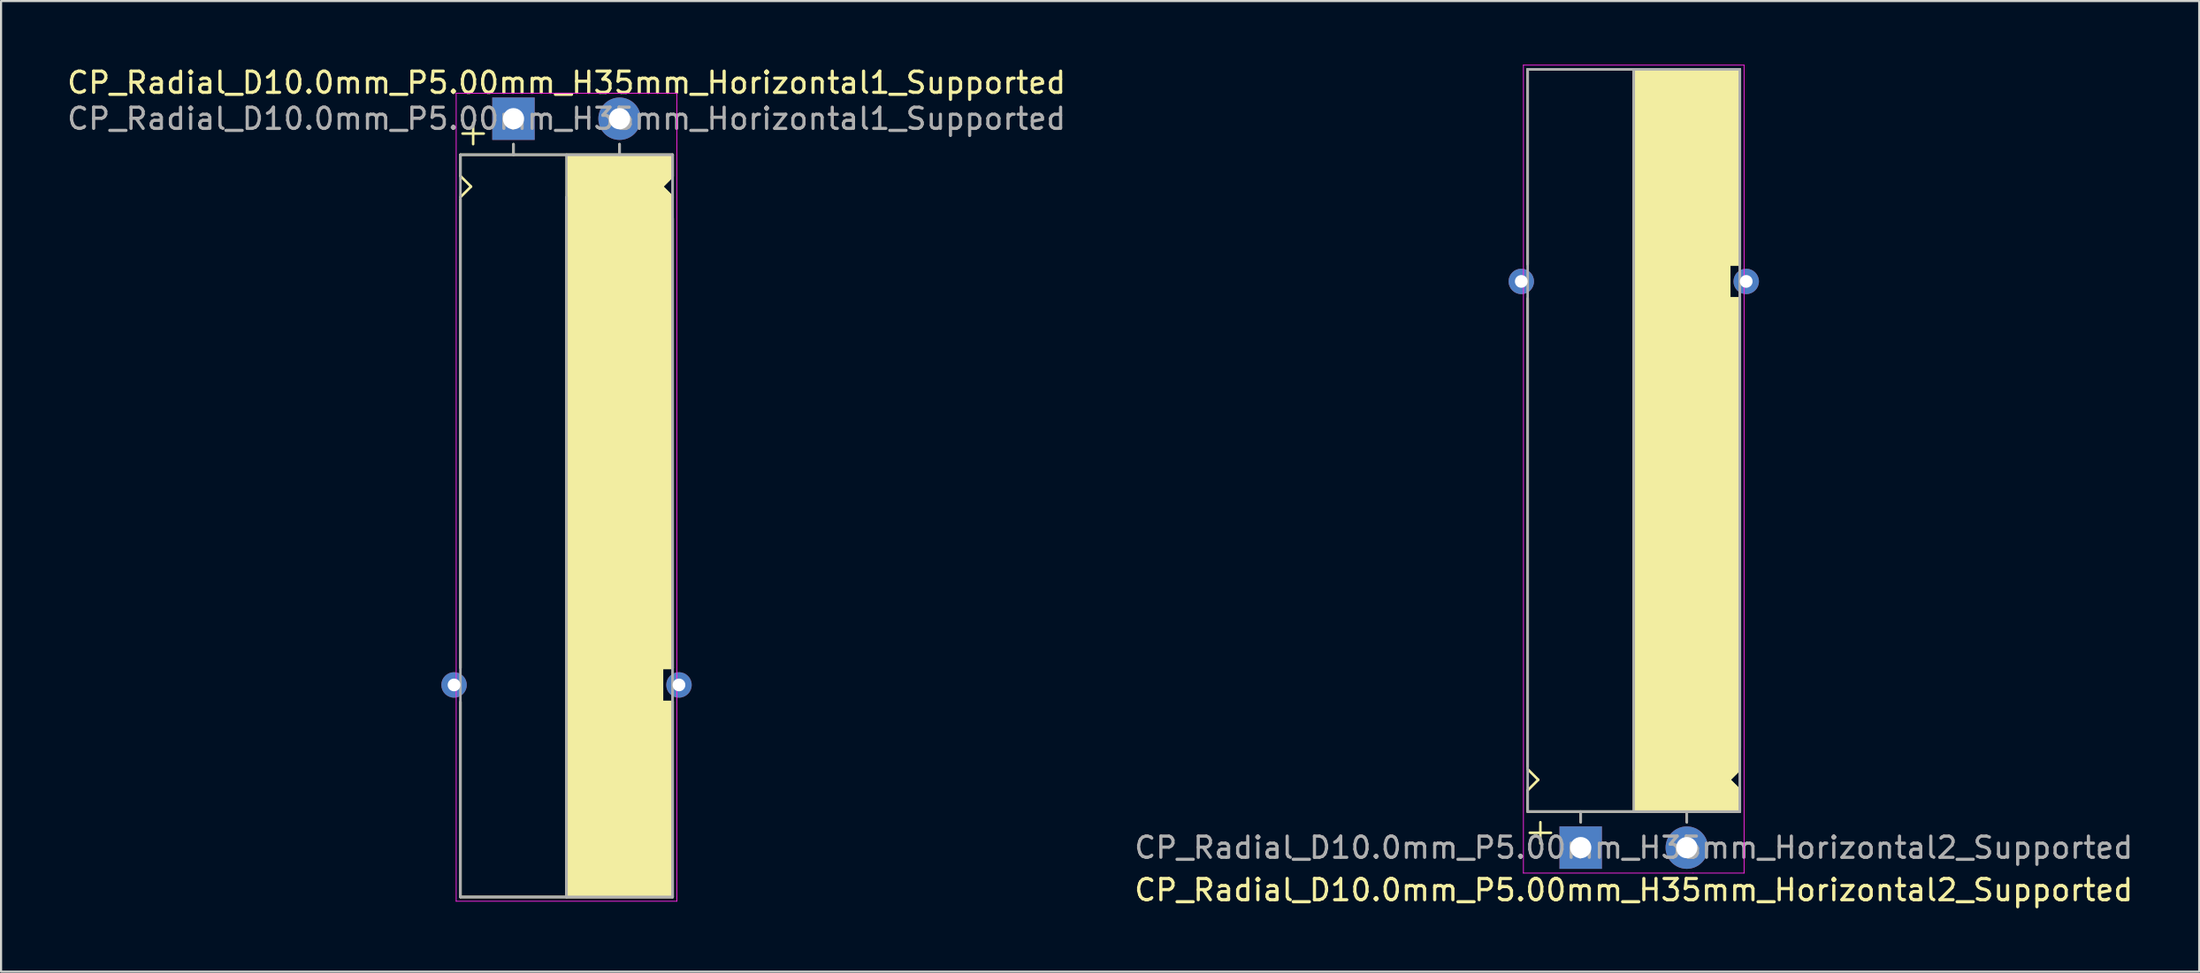
<source format=kicad_pcb>
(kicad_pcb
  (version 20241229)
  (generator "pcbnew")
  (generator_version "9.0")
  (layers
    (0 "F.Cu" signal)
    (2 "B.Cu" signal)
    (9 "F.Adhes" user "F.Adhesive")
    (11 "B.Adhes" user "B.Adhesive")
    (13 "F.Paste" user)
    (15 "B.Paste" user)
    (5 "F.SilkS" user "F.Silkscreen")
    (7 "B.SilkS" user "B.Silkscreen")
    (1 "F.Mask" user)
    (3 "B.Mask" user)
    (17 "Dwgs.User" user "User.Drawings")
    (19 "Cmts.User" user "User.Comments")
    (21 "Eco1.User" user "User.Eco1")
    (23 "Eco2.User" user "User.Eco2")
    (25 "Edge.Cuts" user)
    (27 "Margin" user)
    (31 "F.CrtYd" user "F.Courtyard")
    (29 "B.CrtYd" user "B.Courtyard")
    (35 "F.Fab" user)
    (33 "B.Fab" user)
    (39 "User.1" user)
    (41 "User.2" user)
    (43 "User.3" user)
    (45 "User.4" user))
  (footprint "CP_Radial_D10.0mm_P5.00mm_H35mm_Horizontal2_Supported"
    (layer "F.Cu")
    (at 71.446 36.92)
    (property "Reference" "CP_Radial_D10.0mm_P5.00mm_H35mm_Horizontal2_Supported" (at 2.5 2 0) (layer "F.SilkS") (effects (font (size 1 1) (thickness 0.15))))
    (attr through_hole)
    (fp_line (start -2.5 -36.7) (end 7.5 -36.7) (stroke (width 0.12) (type solid)) (layer "F.SilkS"))
    (fp_line (start -2.5 -27.5) (end -2.5 -36.7) (stroke (width 0.12) (type solid)) (layer "F.SilkS"))
    (fp_line (start -2.5 -3.8) (end -2.5 -25.9) (stroke (width 0.12) (type solid)) (layer "F.SilkS"))
    (fp_line (start -2.5 -2.7) (end -2 -3.2) (stroke (width 0.12) (type solid)) (layer "F.SilkS"))
    (fp_line (start -2.5 -1.7) (end -2.5 -2.7) (stroke (width 0.12) (type solid)) (layer "F.SilkS"))
    (fp_line (start -2 -3.2) (end -2.5 -3.7) (stroke (width 0.12) (type solid)) (layer "F.SilkS"))
    (fp_line (start -1.9 -1.2) (end -1.9 -0.2) (stroke (width 0.12) (type solid)) (layer "F.SilkS"))
    (fp_line (start -1.4 -0.7) (end -2.4 -0.7) (stroke (width 0.12) (type solid)) (layer "F.SilkS"))
    (fp_line (start 0 -1.7) (end 0 -1.2) (stroke (width 0.12) (type solid)) (layer "F.SilkS"))
    (fp_line (start 2.5 -36.7) (end 2.5 -3.7) (stroke (width 0.12) (type solid)) (layer "F.SilkS"))
    (fp_line (start 2.5 -1.7) (end -2.5 -1.7) (stroke (width 0.12) (type solid)) (layer "F.SilkS"))
    (fp_line (start 5 -1.7) (end 5 -1.2) (stroke (width 0.12) (type solid)) (layer "F.SilkS"))
    (fp_line (start 7 -27.5) (end 7 -26.9) (stroke (width 0.12) (type solid)) (layer "F.SilkS"))
    (fp_line (start 7 -26.9) (end 7 -25.9) (stroke (width 0.12) (type solid)) (layer "F.SilkS"))
    (fp_line (start 7 -25.9) (end 7.5 -25.9) (stroke (width 0.12) (type solid)) (layer "F.SilkS"))
    (fp_line (start 7 -3.2) (end 7.5 -3.7) (stroke (width 0.12) (type solid)) (layer "F.SilkS"))
    (fp_line (start 7.5 -27.5) (end 7 -27.5) (stroke (width 0.12) (type solid)) (layer "F.SilkS"))
    (fp_line (start 7.5 -27.5) (end 7.5 -36.7) (stroke (width 0.12) (type solid)) (layer "F.SilkS"))
    (fp_line (start 7.5 -4.7) (end 7.5 -25.9) (stroke (width 0.12) (type solid)) (layer "F.SilkS"))
    (fp_line (start 7.5 -2.7) (end 7 -3.2) (stroke (width 0.12) (type solid)) (layer "F.SilkS"))
    (fp_line (start 7.5 -1.7) (end 2.5 -1.7) (stroke (width 0.12) (type solid)) (layer "F.SilkS"))
    (fp_line (start 7.5 -1.7) (end 7.5 -2.7) (stroke (width 0.12) (type solid)) (layer "F.SilkS"))
    (fp_poly (pts (xy 7.5 -2.7) (xy 7 -3.2) (xy 7.5 -3.7) (xy 7.5 -25.9) (xy 7 -25.9) (xy 7 -27.5) (xy 7.5 -27.5) (xy 7.5 -36.7) (xy 2.5 -36.7) (xy 2.5 -1.7) (xy 7.5 -1.7)) (stroke (width 0.1) (type solid)) (fill yes) (layer "F.SilkS"))
    (fp_line (start -2.7 -36.9) (end -2.7 1.2) (stroke (width 0.04) (type solid)) (layer "F.CrtYd"))
    (fp_line (start -2.7 1.2) (end 5.3 1.2) (stroke (width 0.04) (type solid)) (layer "F.CrtYd"))
    (fp_line (start 5.3 1.2) (end 7.7 1.2) (stroke (width 0.04) (type solid)) (layer "F.CrtYd"))
    (fp_line (start 7.7 -36.9) (end -2.7 -36.9) (stroke (width 0.04) (type solid)) (layer "F.CrtYd"))
    (fp_line (start 7.7 1.2) (end 7.7 -36.9) (stroke (width 0.04) (type solid)) (layer "F.CrtYd"))
    (fp_line (start -2.5 -36.7) (end 7.5 -36.7) (stroke (width 0.12) (type solid)) (layer "F.Fab"))
    (fp_line (start -2.5 -1.7) (end -2.5 -36.7) (stroke (width 0.12) (type solid)) (layer "F.Fab"))
    (fp_line (start 0 -1.7) (end 0 -1.2) (stroke (width 0.12) (type solid)) (layer "F.Fab"))
    (fp_line (start 2.5 -3.7) (end 2.5 -36.7) (stroke (width 0.12) (type solid)) (layer "F.Fab"))
    (fp_line (start 5 -1.7) (end 5 -1.2) (stroke (width 0.12) (type solid)) (layer "F.Fab"))
    (fp_line (start 7.5 -36.7) (end 7.5 -1.7) (stroke (width 0.12) (type solid)) (layer "F.Fab"))
    (fp_line (start 7.5 -1.7) (end -2.5 -1.7) (stroke (width 0.12) (type solid)) (layer "F.Fab"))
    (fp_poly (pts (xy 7.5 -36.7) (xy 2.5 -36.7) (xy 2.5 -1.7) (xy 7.5 -1.7)) (stroke (width 0.1) (type solid)) (fill no) (layer "F.Fab"))
    (fp_text user "${REFERENCE}" (at 2.5 0 0) (layer "F.Fab") (effects (font (size 1 1) (thickness 0.15))))
    (pad "" thru_hole circle (at -2.8 -26.7 180) (size 1.2 1.2) (drill 0.6) (layers "*.Cu" "*.Mask"))
    (pad "" thru_hole circle (at 7.8 -26.7 180) (size 1.2 1.2) (drill 0.6) (layers "*.Cu" "*.Mask"))
    (pad "1" thru_hole rect (at 0 0) (size 2 2) (drill 1) (layers "*.Cu" "*.Mask"))
    (pad "2" thru_hole circle (at 5 0) (size 2 2) (drill 1) (layers "*.Cu" "*.Mask")))
  (footprint "CP_Radial_D10.0mm_P5.00mm_H35mm_Horizontal1_Supported"
    (layer "F.Cu")
    (at 21.149 2.548)
    (property "Reference" "CP_Radial_D10.0mm_P5.00mm_H35mm_Horizontal1_Supported" (at 2.5 -1.7 0) (layer "F.SilkS") (effects (font (size 1 1) (thickness 0.15))))
    (attr through_hole)
    (fp_line (start -2.5 1.7) (end -2.5 2.7) (stroke (width 0.12) (type solid)) (layer "F.SilkS"))
    (fp_line (start -2.5 2.7) (end -2 3.2) (stroke (width 0.12) (type solid)) (layer "F.SilkS"))
    (fp_line (start -2.5 3.8) (end -2.5 25.9) (stroke (width 0.12) (type solid)) (layer "F.SilkS"))
    (fp_line (start -2.5 27.5) (end -2.5 36.7) (stroke (width 0.12) (type solid)) (layer "F.SilkS"))
    (fp_line (start -2.5 36.7) (end 7.5 36.7) (stroke (width 0.12) (type solid)) (layer "F.SilkS"))
    (fp_line (start -2 3.2) (end -2.5 3.7) (stroke (width 0.12) (type solid)) (layer "F.SilkS"))
    (fp_line (start -1.9 0.2) (end -1.9 1.2) (stroke (width 0.12) (type solid)) (layer "F.SilkS"))
    (fp_line (start -1.4 0.7) (end -2.4 0.7) (stroke (width 0.12) (type solid)) (layer "F.SilkS"))
    (fp_line (start 0 1.7) (end 0 1.2) (stroke (width 0.12) (type solid)) (layer "F.SilkS"))
    (fp_line (start 2.5 1.7) (end -2.5 1.7) (stroke (width 0.12) (type solid)) (layer "F.SilkS"))
    (fp_line (start 2.5 36.7) (end 2.5 3.7) (stroke (width 0.12) (type solid)) (layer "F.SilkS"))
    (fp_line (start 5 1.7) (end 5 1.2) (stroke (width 0.12) (type solid)) (layer "F.SilkS"))
    (fp_line (start 7 3.2) (end 7.5 3.7) (stroke (width 0.12) (type solid)) (layer "F.SilkS"))
    (fp_line (start 7 25.9) (end 7.5 25.9) (stroke (width 0.12) (type solid)) (layer "F.SilkS"))
    (fp_line (start 7 26.9) (end 7 25.9) (stroke (width 0.12) (type solid)) (layer "F.SilkS"))
    (fp_line (start 7 27.5) (end 7 26.9) (stroke (width 0.12) (type solid)) (layer "F.SilkS"))
    (fp_line (start 7.5 1.7) (end 2.5 1.7) (stroke (width 0.12) (type solid)) (layer "F.SilkS"))
    (fp_line (start 7.5 1.7) (end 7.5 2.7) (stroke (width 0.12) (type solid)) (layer "F.SilkS"))
    (fp_line (start 7.5 2.7) (end 7 3.2) (stroke (width 0.12) (type solid)) (layer "F.SilkS"))
    (fp_line (start 7.5 4.7) (end 7.5 25.9) (stroke (width 0.12) (type solid)) (layer "F.SilkS"))
    (fp_line (start 7.5 27.5) (end 7 27.5) (stroke (width 0.12) (type solid)) (layer "F.SilkS"))
    (fp_line (start 7.5 27.5) (end 7.5 36.7) (stroke (width 0.12) (type solid)) (layer "F.SilkS"))
    (fp_poly (pts (xy 7.5 2.7) (xy 7 3.2) (xy 7.5 3.7) (xy 7.5 25.9) (xy 7 25.9) (xy 7 27.5) (xy 7.5 27.5) (xy 7.5 36.7) (xy 2.5 36.7) (xy 2.5 1.7) (xy 7.5 1.7)) (stroke (width 0.1) (type solid)) (fill yes) (layer "F.SilkS"))
    (fp_line (start -2.7 -1.2) (end 5.3 -1.2) (stroke (width 0.04) (type solid)) (layer "F.CrtYd"))
    (fp_line (start -2.7 36.9) (end -2.7 -1.2) (stroke (width 0.04) (type solid)) (layer "F.CrtYd"))
    (fp_line (start 5.3 -1.2) (end 7.7 -1.2) (stroke (width 0.04) (type solid)) (layer "F.CrtYd"))
    (fp_line (start 7.7 -1.2) (end 7.7 36.9) (stroke (width 0.04) (type solid)) (layer "F.CrtYd"))
    (fp_line (start 7.7 36.9) (end -2.7 36.9) (stroke (width 0.04) (type solid)) (layer "F.CrtYd"))
    (fp_line (start -2.5 1.7) (end -2.5 36.7) (stroke (width 0.12) (type solid)) (layer "F.Fab"))
    (fp_line (start -2.5 36.7) (end 7.5 36.7) (stroke (width 0.12) (type solid)) (layer "F.Fab"))
    (fp_line (start 0 1.7) (end 0 1.2) (stroke (width 0.12) (type solid)) (layer "F.Fab"))
    (fp_line (start 2.5 3.7) (end 2.5 36.7) (stroke (width 0.12) (type solid)) (layer "F.Fab"))
    (fp_line (start 5 1.7) (end 5 1.2) (stroke (width 0.12) (type solid)) (layer "F.Fab"))
    (fp_line (start 7.5 1.7) (end -2.5 1.7) (stroke (width 0.12) (type solid)) (layer "F.Fab"))
    (fp_line (start 7.5 36.7) (end 7.5 1.7) (stroke (width 0.12) (type solid)) (layer "F.Fab"))
    (fp_poly (pts (xy 7.5 36.7) (xy 2.5 36.7) (xy 2.5 1.7) (xy 7.5 1.7)) (stroke (width 0.1) (type solid)) (fill no) (layer "F.Fab"))
    (fp_text user "${REFERENCE}" (at 2.5 0 0) (layer "F.Fab") (effects (font (size 1 1) (thickness 0.15))))
    (pad "" thru_hole circle (at -2.8 26.7) (size 1.2 1.2) (drill 0.6) (layers "*.Cu" "*.Mask"))
    (pad "" thru_hole circle (at 7.8 26.7) (size 1.2 1.2) (drill 0.6) (layers "*.Cu" "*.Mask"))
    (pad "1" thru_hole rect (at 0 0) (size 2 2) (drill 1) (layers "*.Cu" "*.Mask"))
    (pad "2" thru_hole circle (at 5 0) (size 2 2) (drill 1) (layers "*.Cu" "*.Mask")))
  (gr_rect
    (start -3 -3)
    (end 100.595 42.768)
    (stroke (width 0.1) (type default))
    (fill no)
    (layer "Edge.Cuts")))
</source>
